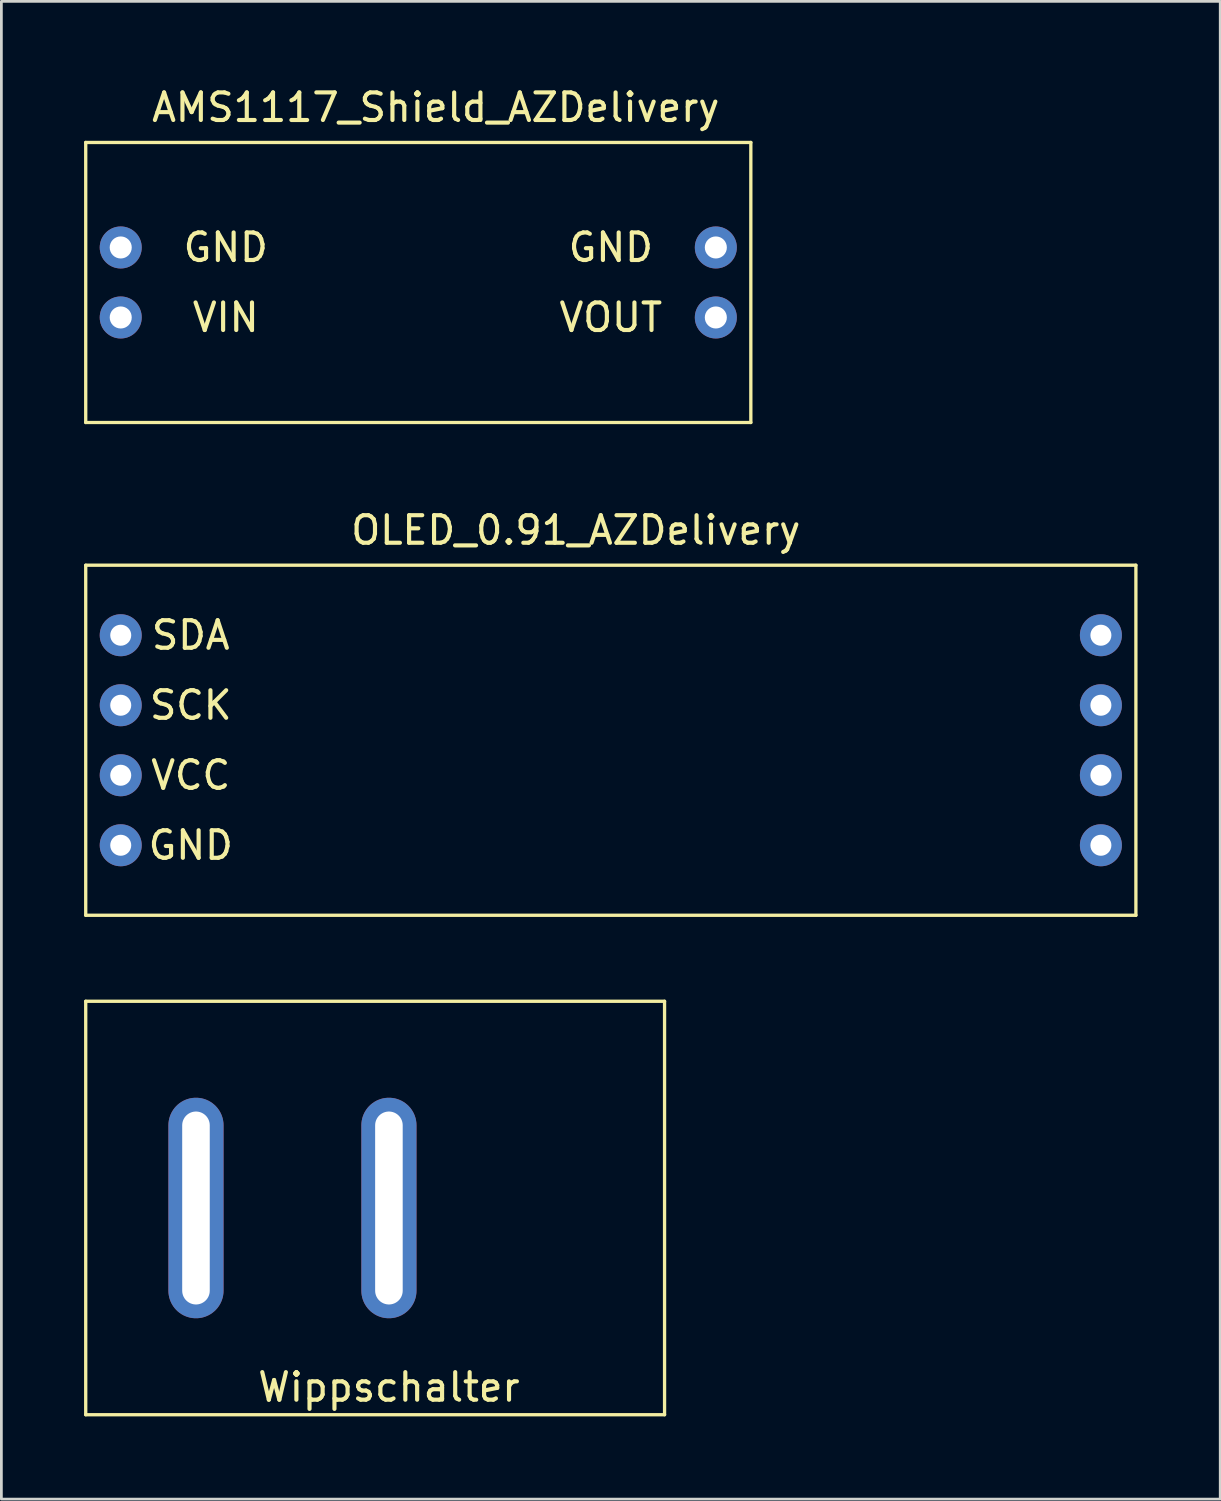
<source format=kicad_pcb>
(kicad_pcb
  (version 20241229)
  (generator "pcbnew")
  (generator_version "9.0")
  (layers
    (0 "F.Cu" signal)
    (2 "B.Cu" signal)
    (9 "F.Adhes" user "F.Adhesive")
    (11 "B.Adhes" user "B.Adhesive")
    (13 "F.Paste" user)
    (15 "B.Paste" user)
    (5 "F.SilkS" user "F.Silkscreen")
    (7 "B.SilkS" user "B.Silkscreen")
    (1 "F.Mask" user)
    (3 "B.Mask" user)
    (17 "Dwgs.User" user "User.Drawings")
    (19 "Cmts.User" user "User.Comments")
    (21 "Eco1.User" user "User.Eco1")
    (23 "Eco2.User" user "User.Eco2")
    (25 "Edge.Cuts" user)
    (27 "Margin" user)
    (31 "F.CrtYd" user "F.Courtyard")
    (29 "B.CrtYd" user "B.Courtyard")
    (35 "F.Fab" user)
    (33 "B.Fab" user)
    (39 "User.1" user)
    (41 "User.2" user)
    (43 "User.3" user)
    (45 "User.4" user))
  (footprint "OLED_0.91_AZDelivery"
    (layer "F.Cu")
    (at 17.84 23.806)
    (property "Reference" "OLED_0.91_AZDelivery" (at 0 -7.62 0) (layer "F.SilkS") (effects (font (size 1 1) (thickness 0.15))))
    (attr through_hole)
    (fp_line (start -17.78 -6.35) (end -17.78 6.35) (stroke (width 0.12) (type solid)) (layer "F.SilkS"))
    (fp_line (start -17.78 6.35) (end 20.32 6.35) (stroke (width 0.12) (type solid)) (layer "F.SilkS"))
    (fp_line (start 20.32 -6.35) (end -17.78 -6.35) (stroke (width 0.12) (type solid)) (layer "F.SilkS"))
    (fp_line (start 20.32 6.35) (end 20.32 -6.35) (stroke (width 0.12) (type solid)) (layer "F.SilkS"))
    (fp_text user "GND" (at -13.97 3.81 0) (layer "F.SilkS") (effects (font (size 1 1) (thickness 0.15))))
    (fp_text user "SDA" (at -13.97 -3.81 0) (layer "F.SilkS") (effects (font (size 1 1) (thickness 0.15))))
    (fp_text user "VCC" (at -13.97 1.27 0) (layer "F.SilkS") (effects (font (size 1 1) (thickness 0.15))))
    (fp_text user "SCK" (at -13.97 -1.27 0) (layer "F.SilkS") (effects (font (size 1 1) (thickness 0.15))))
    (pad "" thru_hole circle (at 19.05 -3.81) (size 1.524 1.524) (drill 0.762) (layers "*.Cu" "*.Mask"))
    (pad "" thru_hole circle (at 19.05 -1.27) (size 1.524 1.524) (drill 0.762) (layers "*.Cu" "*.Mask"))
    (pad "" thru_hole circle (at 19.05 1.27) (size 1.524 1.524) (drill 0.762) (layers "*.Cu" "*.Mask"))
    (pad "" thru_hole circle (at 19.05 3.81) (size 1.524 1.524) (drill 0.762) (layers "*.Cu" "*.Mask"))
    (pad "1" thru_hole circle (at -16.51 3.81) (size 1.524 1.524) (drill 0.762) (layers "*.Cu" "*.Mask"))
    (pad "2" thru_hole circle (at -16.51 1.27) (size 1.524 1.524) (drill 0.762) (layers "*.Cu" "*.Mask"))
    (pad "3" thru_hole circle (at -16.51 -1.27) (size 1.524 1.524) (drill 0.762) (layers "*.Cu" "*.Mask"))
    (pad "4" thru_hole circle (at -16.51 -3.81) (size 1.524 1.524) (drill 0.762) (layers "*.Cu" "*.Mask")))
  (footprint "AMS1117_Shield_AZDelivery"
    (layer "F.Cu")
    (at 12.76 7.198)
    (property "Reference" "AMS1117_Shield_AZDelivery" (at 0 -6.35 0) (layer "F.SilkS") (effects (font (size 1 1) (thickness 0.15))))
    (attr through_hole)
    (fp_line (start -12.7 -5.08) (end 11.43 -5.08) (stroke (width 0.12) (type solid)) (layer "F.SilkS"))
    (fp_line (start -12.7 5.08) (end -12.7 -5.08) (stroke (width 0.12) (type solid)) (layer "F.SilkS"))
    (fp_line (start 11.43 -5.08) (end 11.43 5.08) (stroke (width 0.12) (type solid)) (layer "F.SilkS"))
    (fp_line (start 11.43 5.08) (end -12.7 5.08) (stroke (width 0.12) (type solid)) (layer "F.SilkS"))
    (fp_text user "GND" (at 6.35 -1.27 0) (layer "F.SilkS") (effects (font (size 1 1) (thickness 0.15))))
    (fp_text user "VOUT" (at 6.35 1.27 0) (layer "F.SilkS") (effects (font (size 1 1) (thickness 0.15))))
    (fp_text user "GND" (at -7.62 -1.27 0) (layer "F.SilkS") (effects (font (size 1 1) (thickness 0.15))))
    (fp_text user "VIN" (at -7.62 1.27 0) (layer "F.SilkS") (effects (font (size 1 1) (thickness 0.15))))
    (pad "1" thru_hole circle (at -11.43 1.27) (size 1.524 1.524) (drill 0.8) (layers "*.Cu" "*.Mask"))
    (pad "2" thru_hole circle (at -11.43 -1.27) (size 1.524 1.524) (drill 0.8) (layers "*.Cu" "*.Mask"))
    (pad "3" thru_hole circle (at 10.16 -1.27) (size 1.524 1.524) (drill 0.8) (layers "*.Cu" "*.Mask"))
    (pad "4" thru_hole circle (at 10.16 1.27) (size 1.524 1.524) (drill 0.8) (layers "*.Cu" "*.Mask")))
  (footprint "Wippschalter"
    (layer "F.Cu")
    (at 10.56 40.776)
    (property "Reference" "Wippschalter" (at 0.5 6.5 0) (layer "F.SilkS") (effects (font (size 1 1) (thickness 0.15))))
    (attr through_hole)
    (fp_line (start -10.5 -7.5) (end 10.5 -7.5) (stroke (width 0.12) (type solid)) (layer "F.SilkS"))
    (fp_line (start -10.5 7.5) (end -10.5 -7.5) (stroke (width 0.12) (type solid)) (layer "F.SilkS"))
    (fp_line (start 10.5 -7.5) (end 10.5 7.5) (stroke (width 0.12) (type solid)) (layer "F.SilkS"))
    (fp_line (start 10.5 7.5) (end -10.5 7.5) (stroke (width 0.12) (type solid)) (layer "F.SilkS"))
    (pad "1" thru_hole oval (at -6.5 0) (size 2 8) (drill oval 1 7) (layers "*.Cu" "*.Mask"))
    (pad "2" thru_hole oval (at 0.5 0) (size 2 8) (drill oval 1 7) (layers "*.Cu" "*.Mask")))
  (gr_rect
    (start -3 -3)
    (end 41.22 51.337)
    (stroke (width 0.1) (type default))
    (fill no)
    (layer "Edge.Cuts")))
</source>
